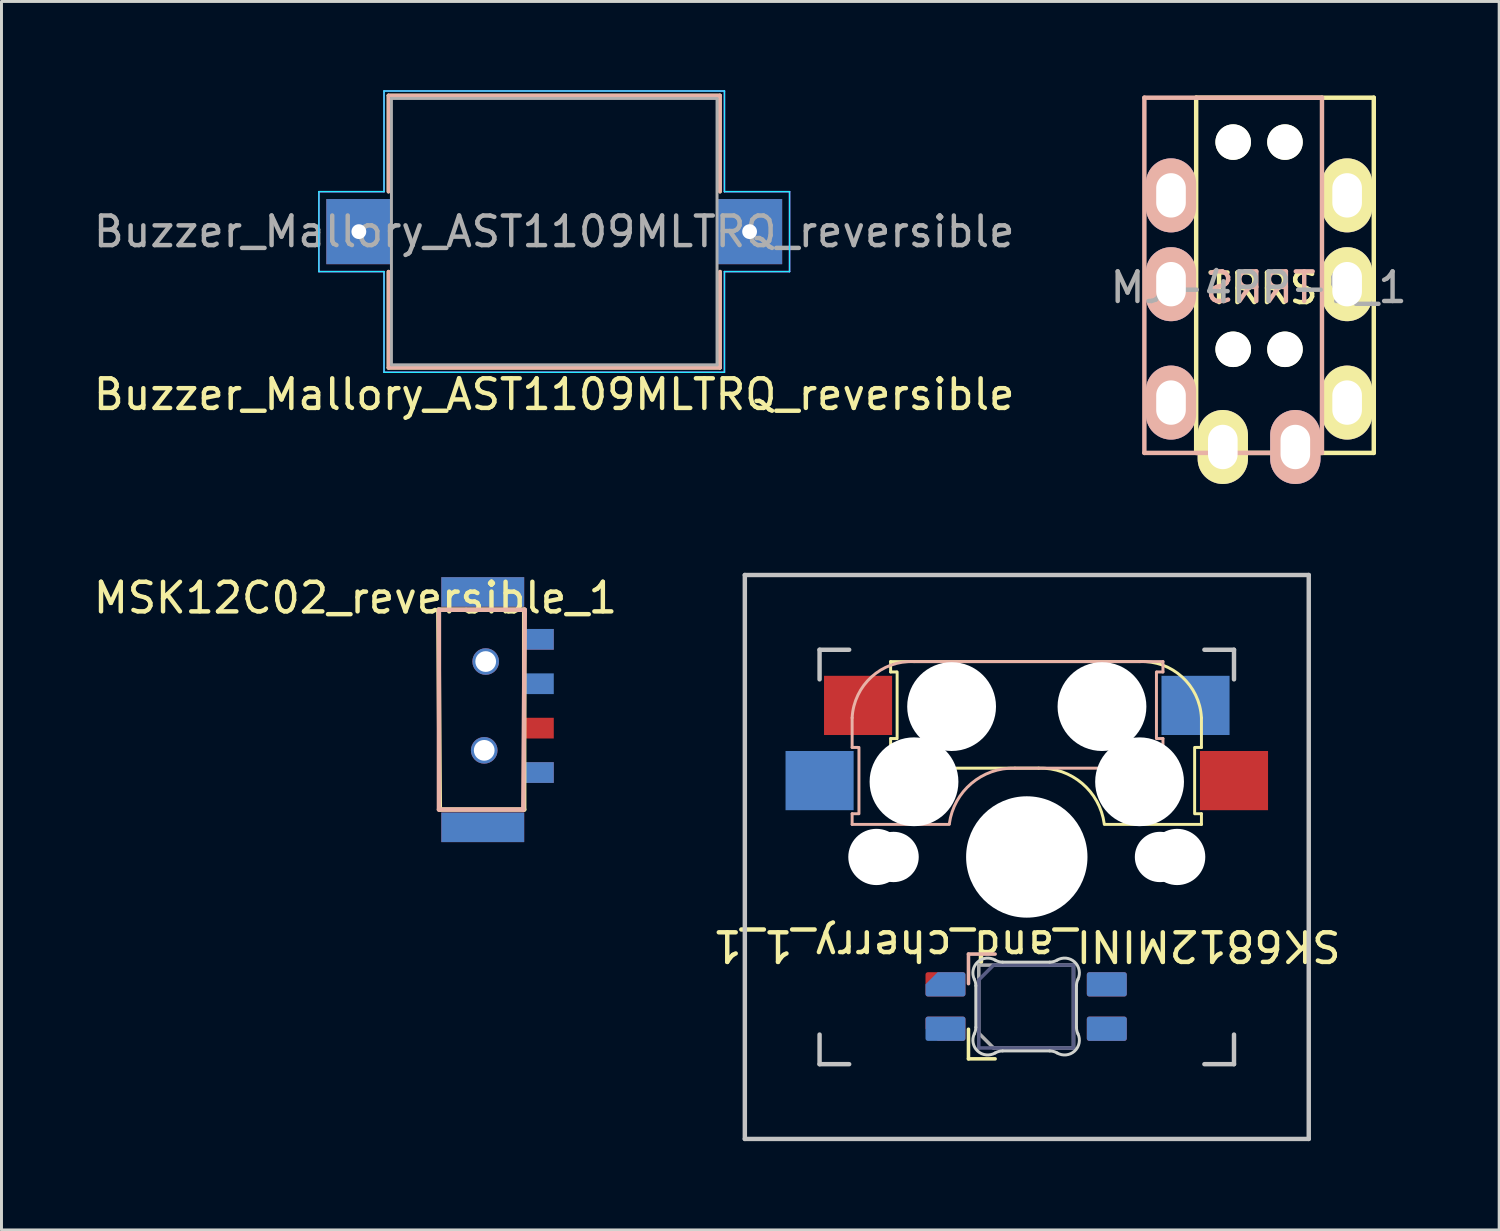
<source format=kicad_pcb>
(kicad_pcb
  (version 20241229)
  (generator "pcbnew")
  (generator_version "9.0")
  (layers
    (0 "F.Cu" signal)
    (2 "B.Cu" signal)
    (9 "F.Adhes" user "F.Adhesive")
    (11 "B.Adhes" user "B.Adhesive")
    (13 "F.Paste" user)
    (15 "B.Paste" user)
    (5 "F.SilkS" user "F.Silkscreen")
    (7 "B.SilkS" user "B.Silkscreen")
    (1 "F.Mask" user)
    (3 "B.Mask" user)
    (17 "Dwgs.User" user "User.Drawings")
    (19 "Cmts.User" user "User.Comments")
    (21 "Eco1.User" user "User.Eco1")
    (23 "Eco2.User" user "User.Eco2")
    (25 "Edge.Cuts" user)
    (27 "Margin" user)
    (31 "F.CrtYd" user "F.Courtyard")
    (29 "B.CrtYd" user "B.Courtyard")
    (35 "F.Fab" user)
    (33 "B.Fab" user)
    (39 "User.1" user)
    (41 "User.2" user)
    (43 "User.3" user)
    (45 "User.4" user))
  (footprint "MJ-4PP-9_1"
    (layer "F.Cu")
    (at 40.359 0.25)
    (property "Reference" "MJ-4PP-9_1" (at -0.889 6.413 0) (layer "F.Fab") (effects (font (size 1 1) (thickness 0.15))))
    (attr through_hole)
    (fp_line (start -3 0) (end 3 0) (stroke (width 0.15) (type solid)) (layer "F.SilkS"))
    (fp_line (start -3 12) (end -3 0) (stroke (width 0.15) (type solid)) (layer "F.SilkS"))
    (fp_line (start 3 0) (end 3 12) (stroke (width 0.15) (type solid)) (layer "F.SilkS"))
    (fp_line (start 3 12) (end -3 12) (stroke (width 0.15) (type solid)) (layer "F.SilkS"))
    (fp_line (start -4.75 0) (end 1.25 0) (stroke (width 0.15) (type solid)) (layer "B.SilkS"))
    (fp_line (start -4.75 12) (end -4.75 0) (stroke (width 0.15) (type solid)) (layer "B.SilkS"))
    (fp_line (start 1.25 0) (end 1.25 12) (stroke (width 0.15) (type solid)) (layer "B.SilkS"))
    (fp_line (start 1.25 12) (end -4.75 12) (stroke (width 0.15) (type solid)) (layer "B.SilkS"))
    (fp_text user "TRRS" (at -0.75 6.45 0) (layer "F.SilkS") (effects (font (size 1 1) (thickness 0.15))))
    (fp_text user "TRRS" (at -0.826 6.413 0) (layer "B.SilkS") (effects (font (size 1 1) (thickness 0.15)) (justify mirror)))
    (pad "" np_thru_hole circle (at -1.75 1.5) (size 1.2 1.2) (drill 1.2) (layers "*.Cu" "*.Mask" "F.SilkS"))
    (pad "" np_thru_hole circle (at -1.75 8.5) (size 1.2 1.2) (drill 1.2) (layers "*.Cu" "*.Mask" "F.SilkS"))
    (pad "" np_thru_hole circle (at 0 1.5) (size 1.2 1.2) (drill 1.2) (layers "*.Cu" "*.Mask" "F.SilkS"))
    (pad "" np_thru_hole circle (at 0 8.5) (size 1.2 1.2) (drill 1.2) (layers "*.Cu" "*.Mask" "F.SilkS"))
    (pad "1" thru_hole oval (at -3.85 10.3) (size 1.7 2.5) (drill oval 1 1.5) (layers "*.Cu" "*.Mask" "B.SilkS"))
    (pad "1" thru_hole oval (at 2.1 10.3) (size 1.7 2.5) (drill oval 1 1.5) (layers "*.Cu" "*.Mask" "F.SilkS"))
    (pad "2" thru_hole oval (at -3.85 6.3) (size 1.7 2.5) (drill oval 1 1.5) (layers "*.Cu" "*.Mask" "B.SilkS"))
    (pad "2" thru_hole oval (at 2.1 6.3) (size 1.7 2.5) (drill oval 1 1.5) (layers "*.Cu" "*.Mask" "F.SilkS"))
    (pad "3" thru_hole oval (at -2.1 11.8) (size 1.7 2.5) (drill oval 1 1.5) (layers "*.Cu" "*.Mask" "F.SilkS"))
    (pad "3" thru_hole oval (at 0.35 11.8) (size 1.7 2.5) (drill oval 1 1.5) (layers "*.Cu" "*.Mask" "B.SilkS"))
    (pad "4" thru_hole oval (at -3.85 3.3) (size 1.7 2.5) (drill oval 1 1.5) (layers "*.Cu" "*.Mask" "B.SilkS"))
    (pad "4" thru_hole oval (at 2.1 3.3) (size 1.7 2.5) (drill oval 1 1.5) (layers "*.Cu" "*.Mask" "F.SilkS")))
  (footprint "SK6812MINI_and_cherry_1_1"
    (layer "F.Cu")
    (at 31.637 25.9)
    (property "Reference" "SK6812MINI_and_cherry_1_1" (at 0 3 180) (unlocked yes) (layer "F.SilkS") (effects (font (size 1 1) (thickness 0.15))))
    (attr through_hole)
    (fp_line (start -4.6 -6.6) (end 3.8 -6.6) (stroke (width 0.1) (type solid)) (layer "F.SilkS"))
    (fp_line (start -4.6 -6.25) (end -4.6 -6.6) (stroke (width 0.1) (type solid)) (layer "F.SilkS"))
    (fp_line (start -4.6 -4) (end -4.4 -4) (stroke (width 0.1) (type solid)) (layer "F.SilkS"))
    (fp_line (start -4.6 -3) (end -4.6 -4) (stroke (width 0.1) (type solid)) (layer "F.SilkS"))
    (fp_line (start -4.4 -6.25) (end -4.6 -6.25) (stroke (width 0.1) (type solid)) (layer "F.SilkS"))
    (fp_line (start -4.38 -4) (end -4.38 -6.25) (stroke (width 0.1) (type solid)) (layer "F.SilkS"))
    (fp_line (start -1.97 5.82) (end -1.97 6.82) (stroke (width 0.12) (type solid)) (layer "F.SilkS"))
    (fp_line (start -1.97 6.82) (end -1.07 6.82) (stroke (width 0.12) (type solid)) (layer "F.SilkS"))
    (fp_line (start 0.4 -3) (end -4.6 -3) (stroke (width 0.1) (type solid)) (layer "F.SilkS"))
    (fp_line (start 5.67 -3.7) (end 5.67 -1.46) (stroke (width 0.1) (type solid)) (layer "F.SilkS"))
    (fp_line (start 5.7 -1.46) (end 5.9 -1.46) (stroke (width 0.1) (type solid)) (layer "F.SilkS"))
    (fp_line (start 5.9 -4.7) (end 5.9 -3.7) (stroke (width 0.1) (type solid)) (layer "F.SilkS"))
    (fp_line (start 5.9 -3.7) (end 5.7 -3.7) (stroke (width 0.1) (type solid)) (layer "F.SilkS"))
    (fp_line (start 5.9 -1.1) (end 2.62 -1.1) (stroke (width 0.1) (type solid)) (layer "F.SilkS"))
    (fp_line (start 5.9 -1.1) (end 5.9 -1.46) (stroke (width 0.1) (type solid)) (layer "F.SilkS"))
    (fp_arc (start 0.4 -3) (mid 1.868709 -2.486118) (end 2.616318 -1.121471) (stroke (width 0.1) (type solid)) (layer "F.SilkS"))
    (fp_arc (start 3.8 -6.600001) (mid 5.243504 -6.084925) (end 5.900001 -4.7) (stroke (width 0.1) (type solid)) (layer "F.SilkS"))
    (fp_line (start -5.9 -4.7) (end -5.9 -3.7) (stroke (width 0.1) (type solid)) (layer "B.SilkS"))
    (fp_line (start -5.9 -3.7) (end -5.7 -3.7) (stroke (width 0.1) (type solid)) (layer "B.SilkS"))
    (fp_line (start -5.9 -1.1) (end -5.9 -1.46) (stroke (width 0.1) (type solid)) (layer "B.SilkS"))
    (fp_line (start -5.9 -1.1) (end -2.62 -1.1) (stroke (width 0.1) (type solid)) (layer "B.SilkS"))
    (fp_line (start -5.7 -1.46) (end -5.9 -1.46) (stroke (width 0.1) (type solid)) (layer "B.SilkS"))
    (fp_line (start -5.67 -3.7) (end -5.67 -1.46) (stroke (width 0.1) (type solid)) (layer "B.SilkS"))
    (fp_line (start -1.97 3.28) (end -1.07 3.28) (stroke (width 0.12) (type solid)) (layer "B.SilkS"))
    (fp_line (start -1.97 4.28) (end -1.97 3.28) (stroke (width 0.12) (type solid)) (layer "B.SilkS"))
    (fp_line (start -0.4 -3) (end 4.6 -3) (stroke (width 0.1) (type solid)) (layer "B.SilkS"))
    (fp_line (start 4.38 -4) (end 4.38 -6.25) (stroke (width 0.1) (type solid)) (layer "B.SilkS"))
    (fp_line (start 4.4 -6.25) (end 4.6 -6.25) (stroke (width 0.1) (type solid)) (layer "B.SilkS"))
    (fp_line (start 4.6 -6.6) (end -3.8 -6.6) (stroke (width 0.1) (type solid)) (layer "B.SilkS"))
    (fp_line (start 4.6 -6.25) (end 4.6 -6.6) (stroke (width 0.1) (type solid)) (layer "B.SilkS"))
    (fp_line (start 4.6 -4) (end 4.4 -4) (stroke (width 0.1) (type solid)) (layer "B.SilkS"))
    (fp_line (start 4.6 -3) (end 4.6 -4) (stroke (width 0.1) (type solid)) (layer "B.SilkS"))
    (fp_arc (start -5.9 -4.699999) (mid -5.243504 -6.084924) (end -3.800001 -6.6) (stroke (width 0.1) (type solid)) (layer "B.SilkS"))
    (fp_arc (start -2.616318 -1.121471) (mid -1.868709 -2.486118) (end -0.4 -3) (stroke (width 0.1) (type solid)) (layer "B.SilkS"))
    (fp_line (start -9.525 -9.525) (end 9.525 -9.525) (stroke (width 0.15) (type solid)) (layer "Dwgs.User"))
    (fp_line (start -9.525 9.525) (end -9.525 -9.525) (stroke (width 0.15) (type solid)) (layer "Dwgs.User"))
    (fp_line (start -7 -7) (end -6 -7) (stroke (width 0.15) (type solid)) (layer "Dwgs.User"))
    (fp_line (start -7 -6) (end -7 -7) (stroke (width 0.15) (type solid)) (layer "Dwgs.User"))
    (fp_line (start -7 6) (end -7 7) (stroke (width 0.15) (type solid)) (layer "Dwgs.User"))
    (fp_line (start -7 7) (end -6 7) (stroke (width 0.15) (type solid)) (layer "Dwgs.User"))
    (fp_line (start 6 7) (end 7 7) (stroke (width 0.15) (type solid)) (layer "Dwgs.User"))
    (fp_line (start 7 -7) (end 6 -7) (stroke (width 0.15) (type solid)) (layer "Dwgs.User"))
    (fp_line (start 7 -7) (end 7 -6) (stroke (width 0.15) (type solid)) (layer "Dwgs.User"))
    (fp_line (start 7 7) (end 7 6) (stroke (width 0.15) (type solid)) (layer "Dwgs.User"))
    (fp_line (start 9.525 -9.525) (end 9.525 9.525) (stroke (width 0.15) (type solid)) (layer "Dwgs.User"))
    (fp_line (start 9.525 9.525) (end -9.525 9.525) (stroke (width 0.15) (type solid)) (layer "Dwgs.User"))
    (fp_line (start -1.722 5.756) (end -1.722 4.35) (stroke (width 0.1) (type solid)) (layer "Edge.Cuts"))
    (fp_line (start 0.773 3.553) (end -0.816 3.553) (stroke (width 0.1) (type solid)) (layer "Edge.Cuts"))
    (fp_line (start 0.773 6.553) (end -0.816 6.553) (stroke (width 0.1) (type solid)) (layer "Edge.Cuts"))
    (fp_line (start 1.678 5.756) (end 1.678 4.35) (stroke (width 0.1) (type solid)) (layer "Edge.Cuts"))
    (fp_arc (start -1.77141 4.133123) (mid -1.734454 4.238775) (end -1.721925 4.350001) (stroke (width 0.1) (type solid)) (layer "Edge.Cuts"))
    (fp_arc (start -1.77141 4.133124) (mid -1.66 3.548806) (end -1.068637 3.484544) (stroke (width 0.1) (type solid)) (layer "Edge.Cuts"))
    (fp_arc (start -1.721925 5.755686) (mid -1.734454 5.866911) (end -1.77141 5.972563) (stroke (width 0.1) (type solid)) (layer "Edge.Cuts"))
    (fp_arc (start -1.068637 6.621142) (mid -1.659997 6.556877) (end -1.77141 5.972562) (stroke (width 0.1) (type solid)) (layer "Edge.Cuts"))
    (fp_arc (start -1.068637 6.621142) (mid -0.947049 6.570219) (end -0.816378 6.552843) (stroke (width 0.1) (type solid)) (layer "Edge.Cuts"))
    (fp_arc (start -0.816378 3.552843) (mid -0.947049 3.535466) (end -1.068637 3.484544) (stroke (width 0.1) (type solid)) (layer "Edge.Cuts"))
    (fp_arc (start 0.772527 6.552843) (mid 0.903197 6.57022) (end 1.024785 6.621142) (stroke (width 0.1) (type solid)) (layer "Edge.Cuts"))
    (fp_arc (start 1.024785 3.484544) (mid 0.903197 3.535465) (end 0.772527 3.552843) (stroke (width 0.1) (type solid)) (layer "Edge.Cuts"))
    (fp_arc (start 1.024785 3.484546) (mid 1.616148 3.548809) (end 1.727558 4.133123) (stroke (width 0.1) (type solid)) (layer "Edge.Cuts"))
    (fp_arc (start 1.678073 4.350001) (mid 1.690601 4.238775) (end 1.727558 4.133123) (stroke (width 0.1) (type solid)) (layer "Edge.Cuts"))
    (fp_arc (start 1.727558 5.972563) (mid 1.616145 6.556875) (end 1.024785 6.621142) (stroke (width 0.1) (type solid)) (layer "Edge.Cuts"))
    (fp_arc (start 1.727558 5.972563) (mid 1.690589 5.866914) (end 1.678073 5.755686) (stroke (width 0.1) (type solid)) (layer "Edge.Cuts"))
    (fp_line (start -1.622 4.153) (end -1.622 6.453) (stroke (width 0.12) (type solid)) (layer "B.Fab"))
    (fp_line (start -1.622 4.153) (end -1.122 3.653) (stroke (width 0.12) (type solid)) (layer "B.Fab"))
    (fp_line (start -1.622 6.453) (end 1.578 6.453) (stroke (width 0.12) (type solid)) (layer "B.Fab"))
    (fp_line (start 1.578 3.653) (end -1.122 3.653) (stroke (width 0.12) (type solid)) (layer "B.Fab"))
    (fp_line (start 1.578 6.453) (end 1.578 3.653) (stroke (width 0.12) (type solid)) (layer "B.Fab"))
    (fp_line (start -1.622 3.653) (end 1.578 3.653) (stroke (width 0.12) (type solid)) (layer "F.Fab"))
    (fp_line (start -1.622 5.953) (end -1.622 3.653) (stroke (width 0.12) (type solid)) (layer "F.Fab"))
    (fp_line (start -1.622 5.953) (end -1.122 6.453) (stroke (width 0.12) (type solid)) (layer "F.Fab"))
    (fp_line (start 1.578 3.653) (end 1.578 6.453) (stroke (width 0.12) (type solid)) (layer "F.Fab"))
    (fp_line (start 1.578 6.453) (end -1.122 6.453) (stroke (width 0.12) (type solid)) (layer "F.Fab"))
    (pad "" np_thru_hole circle (at -5.08 0) (size 1.9 1.9) (drill 1.9) (layers "*.Cu" "*.Mask"))
    (pad "" np_thru_hole circle (at -4.5 0) (size 1.7 1.7) (drill 1.7) (layers "*.Cu" "*.Mask"))
    (pad "" np_thru_hole circle (at -3.81 -2.54 180) (size 3 3) (drill 3) (layers "*.Cu" "*.Mask"))
    (pad "" np_thru_hole circle (at -2.54 -5.08 180) (size 3 3) (drill 3) (layers "*.Cu" "*.Mask"))
    (pad "" np_thru_hole circle (at 0 0 90) (size 4.1 4.1) (drill 4.1) (layers "*.Cu" "*.Mask"))
    (pad "" np_thru_hole circle (at 2.54 -5.08 180) (size 3 3) (drill 3) (layers "*.Cu" "*.Mask"))
    (pad "" np_thru_hole circle (at 3.81 -2.54 180) (size 3 3) (drill 3) (layers "*.Cu" "*.Mask"))
    (pad "" np_thru_hole circle (at 4.5 0) (size 1.7 1.7) (drill 1.7) (layers "*.Cu" "*.Mask"))
    (pad "" np_thru_hole circle (at 5.08 0) (size 1.9 1.9) (drill 1.9) (layers "*.Cu" "*.Mask"))
    (pad "1" smd roundrect (at 2.703 4.303 90) (size 0.82 1.35) (layers "B.Cu" "B.Mask" "B.Paste") (roundrect_rratio 0.1))
    (pad "1" smd roundrect (at 2.703 5.803 90) (size 0.82 1.35) (layers "F.Cu" "F.Mask" "F.Paste") (roundrect_rratio 0.1))
    (pad "2" smd roundrect (at -2.747 4.303 90) (size 0.82 1.35) (layers "B.Cu" "B.Mask" "B.Paste") (roundrect_rratio 0.1) (chamfer_ratio 0.5) (chamfer top_right))
    (pad "2" smd roundrect (at -2.747 5.803 90) (size 0.82 1.35) (layers "F.Cu" "F.Mask" "F.Paste") (roundrect_rratio 0.1) (chamfer_ratio 0.5) (chamfer top_left))
    (pad "3" smd roundrect (at -2.747 4.303 90) (size 0.82 1.35) (layers "F.Cu" "F.Mask" "F.Paste") (roundrect_rratio 0.1))
    (pad "3" smd roundrect (at -2.747 5.803 90) (size 0.82 1.35) (layers "B.Cu" "B.Mask" "B.Paste") (roundrect_rratio 0.1))
    (pad "4" smd roundrect (at 2.703 4.303 90) (size 0.82 1.35) (layers "F.Cu" "F.Mask" "F.Paste") (roundrect_rratio 0.1))
    (pad "4" smd roundrect (at 2.703 5.803 90) (size 0.82 1.35) (layers "B.Cu" "B.Mask" "B.Paste") (roundrect_rratio 0.1))
    (pad "5" smd rect (at -7 -2.58 180) (size 2.3 2) (layers "B.Cu" "B.Mask" "B.Paste"))
    (pad "5" smd rect (at 7 -2.58 180) (size 2.3 2) (layers "F.Cu" "F.Mask" "F.Paste"))
    (pad "6" smd rect (at -5.7 -5.12 180) (size 2.3 2) (layers "F.Cu" "F.Mask" "F.Paste"))
    (pad "6" smd rect (at 5.7 -5.12 180) (size 2.3 2) (layers "B.Cu" "B.Mask" "B.Paste"))
    (zone (net_name "") (layers "F.Cu" "B.Cu") (name "CUTOUT") (hatch edge 0.5) (connect_pads) (min_thickness 0.25) (filled_areas_thickness no) (keepout (tracks not_allowed) (vias not_allowed) (pads not_allowed) (copperpour not_allowed) (footprints allowed)) (placement (enabled no)) (fill) (polygon (pts (xy 29.737 29.25) (xy 29.745 32.649) (xy 33.637 32.65) (xy 33.655 29.259) (xy 30.657 29.25)))))
  (footprint "Buzzer_Mallory_AST1109MLTRQ_reversible"
    (layer "F.Cu")
    (at 15.673 4.775)
    (property "Reference" "Buzzer_Mallory_AST1109MLTRQ_reversible" (at 0 5.5 180) (layer "F.SilkS") (effects (font (size 1 1) (thickness 0.15))))
    (attr smd)
    (fp_line (start -5.6 -4.6) (end 5.6 -4.6) (stroke (width 0.12) (type solid)) (layer "F.SilkS"))
    (fp_line (start -5.6 -1.35) (end -5.6 -4.6) (stroke (width 0.12) (type solid)) (layer "F.SilkS"))
    (fp_line (start -5.6 4.6) (end -5.6 1.35) (stroke (width 0.12) (type solid)) (layer "F.SilkS"))
    (fp_line (start 5.6 -4.6) (end 5.6 -1.35) (stroke (width 0.12) (type solid)) (layer "F.SilkS"))
    (fp_line (start 5.6 1.35) (end 5.6 4.6) (stroke (width 0.12) (type solid)) (layer "F.SilkS"))
    (fp_line (start 5.6 4.6) (end -5.6 4.6) (stroke (width 0.12) (type solid)) (layer "F.SilkS"))
    (fp_line (start -5.6 -4.6) (end -5.6 -1.35) (stroke (width 0.12) (type solid)) (layer "B.SilkS"))
    (fp_line (start -5.6 1.35) (end -5.6 4.6) (stroke (width 0.12) (type solid)) (layer "B.SilkS"))
    (fp_line (start -5.6 4.6) (end 5.6 4.6) (stroke (width 0.12) (type solid)) (layer "B.SilkS"))
    (fp_line (start 5.6 -4.6) (end -5.6 -4.6) (stroke (width 0.12) (type solid)) (layer "B.SilkS"))
    (fp_line (start 5.6 -1.35) (end 5.6 -4.6) (stroke (width 0.12) (type solid)) (layer "B.SilkS"))
    (fp_line (start 5.6 4.6) (end 5.6 1.35) (stroke (width 0.12) (type solid)) (layer "B.SilkS"))
    (fp_line (start -7.95 -1.35) (end -7.95 1.35) (stroke (width 0.05) (type solid)) (layer "B.CrtYd"))
    (fp_line (start -7.95 1.35) (end -5.75 1.35) (stroke (width 0.05) (type solid)) (layer "B.CrtYd"))
    (fp_line (start -5.75 -4.75) (end -5.75 -1.35) (stroke (width 0.05) (type solid)) (layer "B.CrtYd"))
    (fp_line (start -5.75 -1.35) (end -7.95 -1.35) (stroke (width 0.05) (type solid)) (layer "B.CrtYd"))
    (fp_line (start -5.75 1.35) (end -5.75 4.75) (stroke (width 0.05) (type solid)) (layer "B.CrtYd"))
    (fp_line (start -5.75 4.75) (end 5.75 4.75) (stroke (width 0.05) (type solid)) (layer "B.CrtYd"))
    (fp_line (start 5.75 -4.75) (end -5.75 -4.75) (stroke (width 0.05) (type solid)) (layer "B.CrtYd"))
    (fp_line (start 5.75 -1.35) (end 5.75 -4.75) (stroke (width 0.05) (type solid)) (layer "B.CrtYd"))
    (fp_line (start 5.75 1.35) (end 7.95 1.35) (stroke (width 0.05) (type solid)) (layer "B.CrtYd"))
    (fp_line (start 5.75 4.75) (end 5.75 1.35) (stroke (width 0.05) (type solid)) (layer "B.CrtYd"))
    (fp_line (start 7.95 -1.35) (end 5.75 -1.35) (stroke (width 0.05) (type solid)) (layer "B.CrtYd"))
    (fp_line (start 7.95 1.35) (end 7.95 -1.35) (stroke (width 0.05) (type solid)) (layer "B.CrtYd"))
    (fp_line (start -7.95 -1.35) (end -5.75 -1.35) (stroke (width 0.05) (type solid)) (layer "F.CrtYd"))
    (fp_line (start -7.95 1.35) (end -7.95 -1.35) (stroke (width 0.05) (type solid)) (layer "F.CrtYd"))
    (fp_line (start -5.75 -4.75) (end 5.75 -4.75) (stroke (width 0.05) (type solid)) (layer "F.CrtYd"))
    (fp_line (start -5.75 -1.35) (end -5.75 -4.75) (stroke (width 0.05) (type solid)) (layer "F.CrtYd"))
    (fp_line (start -5.75 1.35) (end -7.95 1.35) (stroke (width 0.05) (type solid)) (layer "F.CrtYd"))
    (fp_line (start -5.75 4.75) (end -5.75 1.35) (stroke (width 0.05) (type solid)) (layer "F.CrtYd"))
    (fp_line (start 5.75 -4.75) (end 5.75 -1.35) (stroke (width 0.05) (type solid)) (layer "F.CrtYd"))
    (fp_line (start 5.75 -1.35) (end 7.95 -1.35) (stroke (width 0.05) (type solid)) (layer "F.CrtYd"))
    (fp_line (start 5.75 1.35) (end 5.75 4.75) (stroke (width 0.05) (type solid)) (layer "F.CrtYd"))
    (fp_line (start 5.75 4.75) (end -5.75 4.75) (stroke (width 0.05) (type solid)) (layer "F.CrtYd"))
    (fp_line (start 7.95 -1.35) (end 7.95 1.35) (stroke (width 0.05) (type solid)) (layer "F.CrtYd"))
    (fp_line (start 7.95 1.35) (end 5.75 1.35) (stroke (width 0.05) (type solid)) (layer "F.CrtYd"))
    (fp_line (start -5.5 -4.5) (end 5.5 -4.5) (stroke (width 0.1) (type solid)) (layer "F.Fab"))
    (fp_line (start -5.5 4.5) (end -5.5 -4.5) (stroke (width 0.1) (type solid)) (layer "F.Fab"))
    (fp_line (start 5.5 -4.5) (end 5.5 4.5) (stroke (width 0.1) (type solid)) (layer "F.Fab"))
    (fp_line (start 5.5 4.5) (end -5.5 4.5) (stroke (width 0.1) (type solid)) (layer "F.Fab"))
    (fp_text user "${REFERENCE}" (at 0 0 180) (layer "F.Fab") (effects (font (size 1 1) (thickness 0.15))))
    (pad "1" thru_hole rect (at -6.6 0) (size 2.2 2.2) (drill 0.5) (layers "*.Cu" "*.Paste" "*.Mask"))
    (pad "2" thru_hole rect (at 6.6 0) (size 2.2 2.2) (drill 0.5) (layers "*.Cu" "*.Paste" "*.Mask")))
  (footprint "MSK12C02_reversible_1"
    (layer "F.Cu")
    (at 11.958 17.048)
    (property "Reference" "MSK12C02_reversible_1" (at -3 0.1 0) (layer "F.SilkS") (effects (font (size 1 1) (thickness 0.15))))
    (attr through_hole)
    (fp_line (start -0.2 0.5) (end 2.7 0.5) (stroke (width 0.15) (type solid)) (layer "F.SilkS"))
    (fp_line (start -0.15 7.25) (end -0.2 0.5) (stroke (width 0.15) (type solid)) (layer "F.SilkS"))
    (fp_line (start 2.7 0.5) (end 2.7 7.25) (stroke (width 0.15) (type solid)) (layer "F.SilkS"))
    (fp_line (start 2.7 7.25) (end -0.15 7.25) (stroke (width 0.15) (type solid)) (layer "F.SilkS"))
    (fp_line (start -0.18 0.5) (end -0.18 7.25) (stroke (width 0.15) (type solid)) (layer "B.SilkS"))
    (fp_line (start -0.18 7.25) (end 2.67 7.25) (stroke (width 0.15) (type solid)) (layer "B.SilkS"))
    (fp_line (start 2.67 7.25) (end 2.72 0.5) (stroke (width 0.15) (type solid)) (layer "B.SilkS"))
    (fp_line (start 2.72 0.5) (end -0.18 0.5) (stroke (width 0.15) (type solid)) (layer "B.SilkS"))
    (pad "" np_thru_hole circle (at 1.35 5.25) (size 0.9 0.9) (drill 0.7) (layers "*.Cu" "*.Mask"))
    (pad "" np_thru_hole circle (at 1.4 2.25) (size 0.9 0.9) (drill 0.7) (layers "*.Cu" "*.Mask"))
    (pad "1" smd rect (at 3.2 1.5 90) (size 0.7 1) (layers "F.Cu" "F.Mask" "F.Paste"))
    (pad "1" smd rect (at 3.2 6 270) (size 0.7 1) (layers "B.Cu" "B.Mask" "B.Paste"))
    (pad "2" smd rect (at 3.2 3 270) (size 0.7 1) (layers "B.Cu" "B.Mask" "B.Paste"))
    (pad "2" smd rect (at 3.2 4.5 90) (size 0.7 1) (layers "F.Cu" "F.Mask" "F.Paste"))
    (pad "3" smd rect (at 3.2 1.5 270) (size 0.7 1) (layers "B.Cu" "B.Mask" "B.Paste"))
    (pad "3" smd rect (at 3.2 6 90) (size 0.7 1) (layers "F.Cu" "F.Mask" "F.Paste"))
    (pad "NC" smd rect (at 1.3 -0.1) (size 2.8 1) (layers "F.Cu" "F.Mask" "F.Paste"))
    (pad "NC" smd rect (at 1.3 -0.1) (size 2.8 1) (layers "B.Cu" "B.Mask" "B.Paste"))
    (pad "NC" smd rect (at 1.3 7.85) (size 2.8 1) (layers "F.Cu" "F.Mask" "F.Paste"))
    (pad "NC" smd rect (at 1.3 7.85) (size 2.8 1) (layers "B.Cu" "B.Mask" "B.Paste")))
  (gr_rect
    (start -3 -3)
    (end 47.595 38.5)
    (stroke (width 0.1) (type default))
    (fill no)
    (layer "Edge.Cuts")))
</source>
